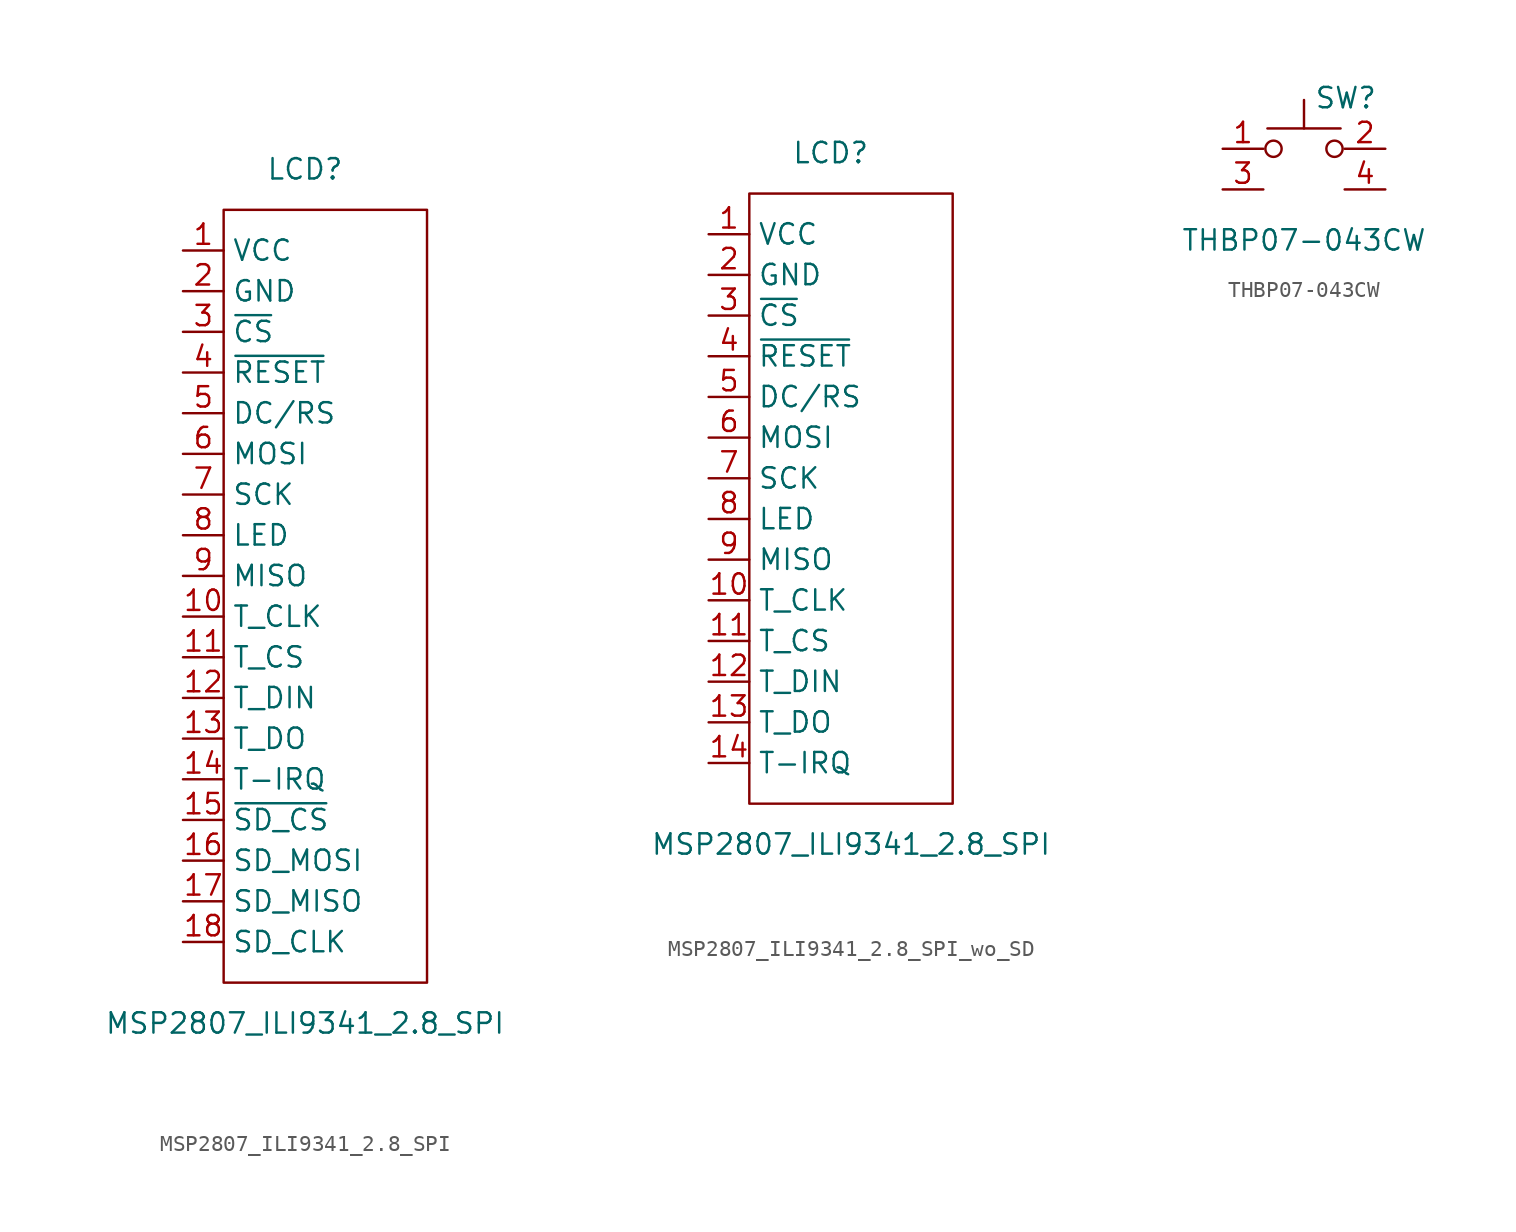
<source format=kicad_sym>
(kicad_symbol_lib
  (version 20220914)
  (generator kicad_symbol_editor)
  (symbol "MSP2807_ILI9341_2.8_SPI"
    (property "Reference" "LCD"
      (at 0 25.4 0)
      (effects (font (size 1.27 1.27))))
    (property "Value" "MSP2807_ILI9341_2.8_SPI"
      (at 0 -27.94 0)
      (effects (font (size 1.27 1.27))))
    (symbol "MSP2807_ILI9341_2.8_SPI_0_1"
      (rectangle (start -5.08 22.86) (end 7.62 -25.4) (stroke (width 0) (type default)) (fill (type none))))
    (symbol "MSP2807_ILI9341_2.8_SPI_1_1"
      (pin power_in line (at -7.62 20.32 0) (length 2.54) (name "VCC" (effects (font (size 1.27 1.27)))) (number "1" (effects (font (size 1.27 1.27)))))
      (pin bidirectional line (at -7.62 -2.54 0) (length 2.54) (name "T_CLK" (effects (font (size 1.27 1.27)))) (number "10" (effects (font (size 1.27 1.27)))))
      (pin bidirectional line (at -7.62 -5.08 0) (length 2.54) (name "T_CS" (effects (font (size 1.27 1.27)))) (number "11" (effects (font (size 1.27 1.27)))))
      (pin bidirectional line (at -7.62 -7.62 0) (length 2.54) (name "T_DIN" (effects (font (size 1.27 1.27)))) (number "12" (effects (font (size 1.27 1.27)))))
      (pin bidirectional line (at -7.62 -10.16 0) (length 2.54) (name "T_DO" (effects (font (size 1.27 1.27)))) (number "13" (effects (font (size 1.27 1.27)))))
      (pin bidirectional line (at -7.62 -12.7 0) (length 2.54) (name "T-IRQ" (effects (font (size 1.27 1.27)))) (number "14" (effects (font (size 1.27 1.27)))))
      (pin bidirectional line (at -7.62 -15.24 0) (length 2.54) (name "~{SD_CS}" (effects (font (size 1.27 1.27)))) (number "15" (effects (font (size 1.27 1.27)))))
      (pin bidirectional line (at -7.62 -17.78 0) (length 2.54) (name "SD_MOSI" (effects (font (size 1.27 1.27)))) (number "16" (effects (font (size 1.27 1.27)))))
      (pin bidirectional line (at -7.62 -20.32 0) (length 2.54) (name "SD_MISO" (effects (font (size 1.27 1.27)))) (number "17" (effects (font (size 1.27 1.27)))))
      (pin bidirectional line (at -7.62 -22.86 0) (length 2.54) (name "SD_CLK" (effects (font (size 1.27 1.27)))) (number "18" (effects (font (size 1.27 1.27)))))
      (pin power_in line (at -7.62 17.78 0) (length 2.54) (name "GND" (effects (font (size 1.27 1.27)))) (number "2" (effects (font (size 1.27 1.27)))))
      (pin bidirectional line (at -7.62 15.24 0) (length 2.54) (name "~{CS}" (effects (font (size 1.27 1.27)))) (number "3" (effects (font (size 1.27 1.27)))))
      (pin bidirectional line (at -7.62 12.7 0) (length 2.54) (name "~{RESET}" (effects (font (size 1.27 1.27)))) (number "4" (effects (font (size 1.27 1.27)))))
      (pin bidirectional line (at -7.62 10.16 0) (length 2.54) (name "DC/RS" (effects (font (size 1.27 1.27)))) (number "5" (effects (font (size 1.27 1.27)))))
      (pin bidirectional line (at -7.62 7.62 0) (length 2.54) (name "MOSI" (effects (font (size 1.27 1.27)))) (number "6" (effects (font (size 1.27 1.27)))))
      (pin bidirectional line (at -7.62 5.08 0) (length 2.54) (name "SCK" (effects (font (size 1.27 1.27)))) (number "7" (effects (font (size 1.27 1.27)))))
      (pin bidirectional line (at -7.62 2.54 0) (length 2.54) (name "LED" (effects (font (size 1.27 1.27)))) (number "8" (effects (font (size 1.27 1.27)))))
      (pin bidirectional line (at -7.62 0 0) (length 2.54) (name "MISO" (effects (font (size 1.27 1.27)))) (number "9" (effects (font (size 1.27 1.27)))))))
  (symbol "MSP2807_ILI9341_2.8_SPI_wo_SD"
    (property "Reference" "LCD"
      (at -1.27 21.59 0)
      (effects (font (size 1.27 1.27))))
    (property "Value" "MSP2807_ILI9341_2.8_SPI"
      (at 0 -21.59 0)
      (effects (font (size 1.27 1.27))))
    (symbol "MSP2807_ILI9341_2.8_SPI_wo_SD_0_1"
      (rectangle (start -6.35 19.05) (end 6.35 -19.05) (stroke (width 0) (type default)) (fill (type none))))
    (symbol "MSP2807_ILI9341_2.8_SPI_wo_SD_1_1"
      (pin power_in line (at -8.89 16.51 0) (length 2.54) (name "VCC" (effects (font (size 1.27 1.27)))) (number "1" (effects (font (size 1.27 1.27)))))
      (pin bidirectional line (at -8.89 -6.35 0) (length 2.54) (name "T_CLK" (effects (font (size 1.27 1.27)))) (number "10" (effects (font (size 1.27 1.27)))))
      (pin bidirectional line (at -8.89 -8.89 0) (length 2.54) (name "T_CS" (effects (font (size 1.27 1.27)))) (number "11" (effects (font (size 1.27 1.27)))))
      (pin bidirectional line (at -8.89 -11.43 0) (length 2.54) (name "T_DIN" (effects (font (size 1.27 1.27)))) (number "12" (effects (font (size 1.27 1.27)))))
      (pin bidirectional line (at -8.89 -13.97 0) (length 2.54) (name "T_DO" (effects (font (size 1.27 1.27)))) (number "13" (effects (font (size 1.27 1.27)))))
      (pin bidirectional line (at -8.89 -16.51 0) (length 2.54) (name "T-IRQ" (effects (font (size 1.27 1.27)))) (number "14" (effects (font (size 1.27 1.27)))))
      (pin power_in line (at -8.89 13.97 0) (length 2.54) (name "GND" (effects (font (size 1.27 1.27)))) (number "2" (effects (font (size 1.27 1.27)))))
      (pin bidirectional line (at -8.89 11.43 0) (length 2.54) (name "~{CS}" (effects (font (size 1.27 1.27)))) (number "3" (effects (font (size 1.27 1.27)))))
      (pin bidirectional line (at -8.89 8.89 0) (length 2.54) (name "~{RESET}" (effects (font (size 1.27 1.27)))) (number "4" (effects (font (size 1.27 1.27)))))
      (pin bidirectional line (at -8.89 6.35 0) (length 2.54) (name "DC/RS" (effects (font (size 1.27 1.27)))) (number "5" (effects (font (size 1.27 1.27)))))
      (pin bidirectional line (at -8.89 3.81 0) (length 2.54) (name "MOSI" (effects (font (size 1.27 1.27)))) (number "6" (effects (font (size 1.27 1.27)))))
      (pin bidirectional line (at -8.89 1.27 0) (length 2.54) (name "SCK" (effects (font (size 1.27 1.27)))) (number "7" (effects (font (size 1.27 1.27)))))
      (pin bidirectional line (at -8.89 -1.27 0) (length 2.54) (name "LED" (effects (font (size 1.27 1.27)))) (number "8" (effects (font (size 1.27 1.27)))))
      (pin bidirectional line (at -8.89 -3.81 0) (length 2.54) (name "MISO" (effects (font (size 1.27 1.27)))) (number "9" (effects (font (size 1.27 1.27)))))))
  (symbol "THBP07-043CW"
    (pin_names
      (offset 1.016) hide)
    (property "Reference" "SW"
      (at 0.635 5.715 0)
      (effects (font (size 1.27 1.27)) (justify left)))
    (property "Value" "THBP07-043CW"
      (at 0 -3.175 0)
      (effects (font (size 1.27 1.27))))
    (symbol "THBP07-043CW_0_1"
      (circle (center -1.905 2.54) (radius 0.508) (stroke (width 0) (type default)) (fill (type none)))
      (polyline (pts (xy -2.286 3.81) (xy 2.286 3.81)) (stroke (width 0) (type default)) (fill (type none)))
      (polyline (pts (xy 0 3.81) (xy 0 5.588)) (stroke (width 0) (type default)) (fill (type none)))
      (circle (center 1.905 2.54) (radius 0.508) (stroke (width 0) (type default)) (fill (type none)))
      (pin passive line (at -5.08 2.54 0) (length 2.54) (name "1" (effects (font (size 1.27 1.27)))) (number "1" (effects (font (size 1.27 1.27)))))
      (pin passive line (at 5.08 2.54 180) (length 2.54) (name "2" (effects (font (size 1.27 1.27)))) (number "2" (effects (font (size 1.27 1.27)))))
      (pin passive line (at -5.08 0 0) (length 2.54) (name "3" (effects (font (size 1.27 1.27)))) (number "3" (effects (font (size 1.27 1.27)))))
      (pin passive line (at 5.08 0 180) (length 2.54) (name "4" (effects (font (size 1.27 1.27)))) (number "4" (effects (font (size 1.27 1.27))))))))
</source>
